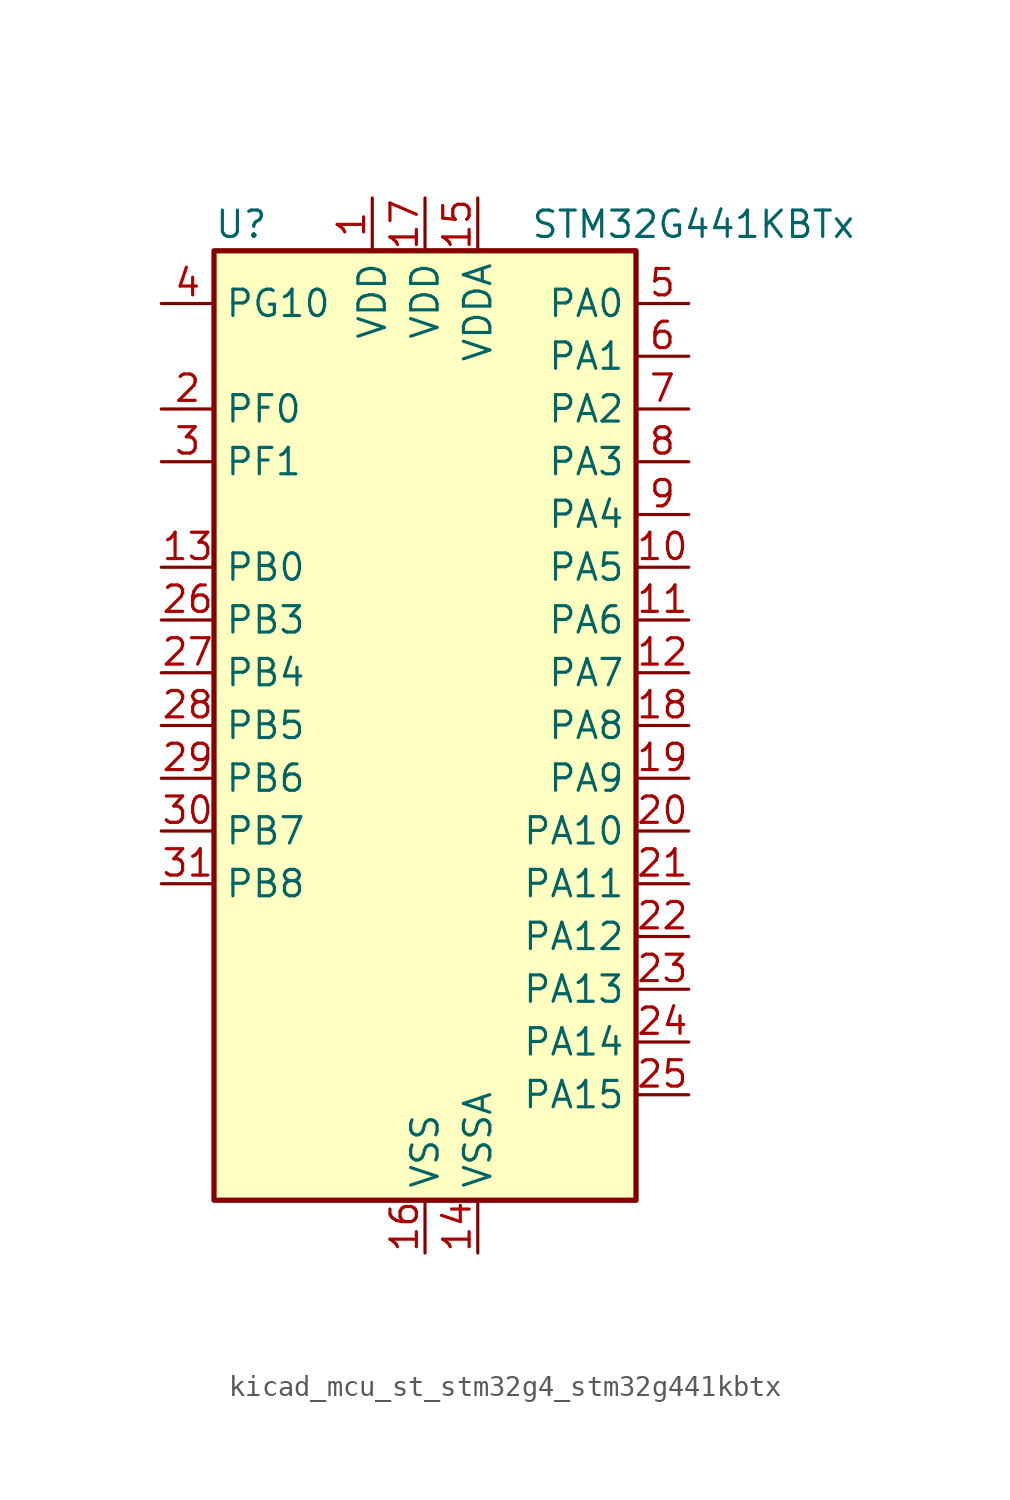
<source format=kicad_sym>
(kicad_symbol_lib
  (version 20220914)
  (generator kicad_symbol_editor)
  (symbol "kicad_mcu_st_stm32g4_stm32g441kbtx"
    (property "Reference" "U"
      (at -10.16 24.13 0)
      (effects (font (size 1.27 1.27)) (justify left)))
    (property "Value" "STM32G441KBTx"
      (at 5.08 24.13 0)
      (effects (font (size 1.27 1.27)) (justify left)))
    (property "ki_locked" ""
      (at 0 0 0)
      (effects (font (size 1.27 1.27))))
    (symbol "kicad_mcu_st_stm32g4_stm32g441kbtx_0_1"
      (rectangle (start -10.16 -22.86) (end 10.16 22.86) (stroke (width 0.254) (type default)) (fill (type background))))
    (symbol "kicad_mcu_st_stm32g4_stm32g441kbtx_1_1"
      (pin power_in line (at -2.54 25.4 270) (length 2.54) (name "VDD" (effects (font (size 1.27 1.27)))) (number "1" (effects (font (size 1.27 1.27)))))
      (pin bidirectional line (at 12.7 7.62 180) (length 2.54) (name "PA5" (effects (font (size 1.27 1.27)))) (number "10" (effects (font (size 1.27 1.27)))) (alternate "ADC2_IN13" bidirectional line) (alternate "COMP2_INM" bidirectional line) (alternate "DAC1_OUT2" bidirectional line) (alternate "OPAMP2_VINM" bidirectional line) (alternate "OPAMP2_VINM0" bidirectional line) (alternate "OPAMP2_VINM_SEC" bidirectional line) (alternate "SPI1_SCK" bidirectional line) (alternate "TIM2_CH1" bidirectional line) (alternate "TIM2_ETR" bidirectional line) (alternate "UCPD1_FRSTX1" bidirectional line) (alternate "UCPD1_FRSTX2" bidirectional line))
      (pin bidirectional line (at 12.7 5.08 180) (length 2.54) (name "PA6" (effects (font (size 1.27 1.27)))) (number "11" (effects (font (size 1.27 1.27)))) (alternate "ADC2_IN3" bidirectional line) (alternate "COMP1_OUT" bidirectional line) (alternate "LPUART1_CTS" bidirectional line) (alternate "OPAMP2_VOUT" bidirectional line) (alternate "SPI1_MISO" bidirectional line) (alternate "TIM16_CH1" bidirectional line) (alternate "TIM1_BKIN" bidirectional line) (alternate "TIM3_CH1" bidirectional line) (alternate "TIM8_BKIN" bidirectional line))
      (pin bidirectional line (at 12.7 2.54 180) (length 2.54) (name "PA7" (effects (font (size 1.27 1.27)))) (number "12" (effects (font (size 1.27 1.27)))) (alternate "ADC2_IN4" bidirectional line) (alternate "COMP2_INP" bidirectional line) (alternate "COMP2_OUT" bidirectional line) (alternate "OPAMP1_VINP" bidirectional line) (alternate "OPAMP1_VINP_SEC" bidirectional line) (alternate "OPAMP2_VINP" bidirectional line) (alternate "OPAMP2_VINP_SEC" bidirectional line) (alternate "SPI1_MOSI" bidirectional line) (alternate "TIM17_CH1" bidirectional line) (alternate "TIM1_CH1N" bidirectional line) (alternate "TIM3_CH2" bidirectional line) (alternate "TIM8_CH1N" bidirectional line) (alternate "UCPD1_FRSTX1" bidirectional line) (alternate "UCPD1_FRSTX2" bidirectional line))
      (pin bidirectional line (at -12.7 7.62 0) (length 2.54) (name "PB0" (effects (font (size 1.27 1.27)))) (number "13" (effects (font (size 1.27 1.27)))) (alternate "ADC1_IN15" bidirectional line) (alternate "COMP4_INP" bidirectional line) (alternate "OPAMP2_VINP" bidirectional line) (alternate "OPAMP2_VINP_SEC" bidirectional line) (alternate "OPAMP3_VINP" bidirectional line) (alternate "OPAMP3_VINP_SEC" bidirectional line) (alternate "TIM1_CH2N" bidirectional line) (alternate "TIM3_CH3" bidirectional line) (alternate "TIM8_CH2N" bidirectional line) (alternate "UCPD1_FRSTX1" bidirectional line) (alternate "UCPD1_FRSTX2" bidirectional line))
      (pin power_in line (at 2.54 -25.4 90) (length 2.54) (name "VSSA" (effects (font (size 1.27 1.27)))) (number "14" (effects (font (size 1.27 1.27)))))
      (pin power_in line (at 2.54 25.4 270) (length 2.54) (name "VDDA" (effects (font (size 1.27 1.27)))) (number "15" (effects (font (size 1.27 1.27)))))
      (pin power_in line (at 0 -25.4 90) (length 2.54) (name "VSS" (effects (font (size 1.27 1.27)))) (number "16" (effects (font (size 1.27 1.27)))))
      (pin power_in line (at 0 25.4 270) (length 2.54) (name "VDD" (effects (font (size 1.27 1.27)))) (number "17" (effects (font (size 1.27 1.27)))))
      (pin bidirectional line (at 12.7 0 180) (length 2.54) (name "PA8" (effects (font (size 1.27 1.27)))) (number "18" (effects (font (size 1.27 1.27)))) (alternate "I2C2_SDA" bidirectional line) (alternate "I2C3_SCL" bidirectional line) (alternate "I2S2_MCK" bidirectional line) (alternate "RCC_MCO" bidirectional line) (alternate "SAI1_CK2" bidirectional line) (alternate "SAI1_SCK_A" bidirectional line) (alternate "TIM1_CH1" bidirectional line) (alternate "TIM4_ETR" bidirectional line) (alternate "USART1_CK" bidirectional line))
      (pin bidirectional line (at 12.7 -2.54 180) (length 2.54) (name "PA9" (effects (font (size 1.27 1.27)))) (number "19" (effects (font (size 1.27 1.27)))) (alternate "DAC1_EXTI9" bidirectional line) (alternate "DAC3_EXTI9" bidirectional line) (alternate "I2C2_SCL" bidirectional line) (alternate "I2C3_SMBA" bidirectional line) (alternate "I2S3_MCK" bidirectional line) (alternate "SAI1_FS_A" bidirectional line) (alternate "TIM15_BKIN" bidirectional line) (alternate "TIM1_CH2" bidirectional line) (alternate "TIM2_CH3" bidirectional line) (alternate "UCPD1_DBCC1" bidirectional line) (alternate "USART1_TX" bidirectional line))
      (pin bidirectional line (at -12.7 15.24 0) (length 2.54) (name "PF0" (effects (font (size 1.27 1.27)))) (number "2" (effects (font (size 1.27 1.27)))) (alternate "ADC1_IN10" bidirectional line) (alternate "I2C2_SDA" bidirectional line) (alternate "I2S2_WS" bidirectional line) (alternate "RCC_OSC_IN" bidirectional line) (alternate "SPI2_NSS" bidirectional line) (alternate "TIM1_CH3N" bidirectional line))
      (pin bidirectional line (at 12.7 -5.08 180) (length 2.54) (name "PA10" (effects (font (size 1.27 1.27)))) (number "20" (effects (font (size 1.27 1.27)))) (alternate "CRS_SYNC" bidirectional line) (alternate "DAC1_EXTI10" bidirectional line) (alternate "DAC3_EXTI10" bidirectional line) (alternate "I2C2_SMBA" bidirectional line) (alternate "SAI1_D1" bidirectional line) (alternate "SAI1_SD_A" bidirectional line) (alternate "SPI2_MISO" bidirectional line) (alternate "TIM17_BKIN" bidirectional line) (alternate "TIM1_CH3" bidirectional line) (alternate "TIM2_CH4" bidirectional line) (alternate "TIM8_BKIN" bidirectional line) (alternate "UCPD1_DBCC2" bidirectional line) (alternate "USART1_RX" bidirectional line))
      (pin bidirectional line (at 12.7 -7.62 180) (length 2.54) (name "PA11" (effects (font (size 1.27 1.27)))) (number "21" (effects (font (size 1.27 1.27)))) (alternate "ADC1_EXTI11" bidirectional line) (alternate "ADC2_EXTI11" bidirectional line) (alternate "COMP1_OUT" bidirectional line) (alternate "FDCAN1_RX" bidirectional line) (alternate "I2S2_SD" bidirectional line) (alternate "SPI2_MOSI" bidirectional line) (alternate "TIM1_BKIN2" bidirectional line) (alternate "TIM1_CH1N" bidirectional line) (alternate "TIM1_CH4" bidirectional line) (alternate "TIM4_CH1" bidirectional line) (alternate "USART1_CTS" bidirectional line) (alternate "USART1_NSS" bidirectional line) (alternate "USB_DM" bidirectional line))
      (pin bidirectional line (at 12.7 -10.16 180) (length 2.54) (name "PA12" (effects (font (size 1.27 1.27)))) (number "22" (effects (font (size 1.27 1.27)))) (alternate "COMP2_OUT" bidirectional line) (alternate "FDCAN1_TX" bidirectional line) (alternate "I2S_CKIN" bidirectional line) (alternate "TIM16_CH1" bidirectional line) (alternate "TIM1_CH2N" bidirectional line) (alternate "TIM1_ETR" bidirectional line) (alternate "TIM4_CH2" bidirectional line) (alternate "USART1_DE" bidirectional line) (alternate "USART1_RTS" bidirectional line) (alternate "USB_DP" bidirectional line))
      (pin bidirectional line (at 12.7 -12.7 180) (length 2.54) (name "PA13" (effects (font (size 1.27 1.27)))) (number "23" (effects (font (size 1.27 1.27)))) (alternate "I2C1_SCL" bidirectional line) (alternate "IR_OUT" bidirectional line) (alternate "SAI1_SD_B" bidirectional line) (alternate "SYS_JTMS-SWDIO" bidirectional line) (alternate "TIM16_CH1N" bidirectional line) (alternate "TIM4_CH3" bidirectional line))
      (pin bidirectional line (at 12.7 -15.24 180) (length 2.54) (name "PA14" (effects (font (size 1.27 1.27)))) (number "24" (effects (font (size 1.27 1.27)))) (alternate "I2C1_SDA" bidirectional line) (alternate "LPTIM1_OUT" bidirectional line) (alternate "SAI1_FS_B" bidirectional line) (alternate "SYS_JTCK-SWCLK" bidirectional line) (alternate "TIM1_BKIN" bidirectional line) (alternate "TIM8_CH2" bidirectional line) (alternate "USART2_TX" bidirectional line))
      (pin bidirectional line (at 12.7 -17.78 180) (length 2.54) (name "PA15" (effects (font (size 1.27 1.27)))) (number "25" (effects (font (size 1.27 1.27)))) (alternate "ADC1_EXTI15" bidirectional line) (alternate "ADC2_EXTI15" bidirectional line) (alternate "I2C1_SCL" bidirectional line) (alternate "I2S3_WS" bidirectional line) (alternate "SPI1_NSS" bidirectional line) (alternate "SPI3_NSS" bidirectional line) (alternate "SYS_JTDI" bidirectional line) (alternate "TIM1_BKIN" bidirectional line) (alternate "TIM2_CH1" bidirectional line) (alternate "TIM2_ETR" bidirectional line) (alternate "TIM8_CH1" bidirectional line) (alternate "USART2_RX" bidirectional line))
      (pin bidirectional line (at -12.7 5.08 0) (length 2.54) (name "PB3" (effects (font (size 1.27 1.27)))) (number "26" (effects (font (size 1.27 1.27)))) (alternate "CRS_SYNC" bidirectional line) (alternate "I2S3_CK" bidirectional line) (alternate "SAI1_SCK_B" bidirectional line) (alternate "SPI1_SCK" bidirectional line) (alternate "SPI3_SCK" bidirectional line) (alternate "SYS_JTDO-SWO" bidirectional line) (alternate "TIM2_CH2" bidirectional line) (alternate "TIM3_ETR" bidirectional line) (alternate "TIM4_ETR" bidirectional line) (alternate "TIM8_CH1N" bidirectional line) (alternate "USART2_TX" bidirectional line))
      (pin bidirectional line (at -12.7 2.54 0) (length 2.54) (name "PB4" (effects (font (size 1.27 1.27)))) (number "27" (effects (font (size 1.27 1.27)))) (alternate "SAI1_MCLK_B" bidirectional line) (alternate "SPI1_MISO" bidirectional line) (alternate "SPI3_MISO" bidirectional line) (alternate "SYS_JTRST" bidirectional line) (alternate "TIM16_CH1" bidirectional line) (alternate "TIM17_BKIN" bidirectional line) (alternate "TIM3_CH1" bidirectional line) (alternate "TIM8_CH2N" bidirectional line) (alternate "UCPD1_CC2" bidirectional line) (alternate "USART2_RX" bidirectional line))
      (pin bidirectional line (at -12.7 0 0) (length 2.54) (name "PB5" (effects (font (size 1.27 1.27)))) (number "28" (effects (font (size 1.27 1.27)))) (alternate "I2C1_SMBA" bidirectional line) (alternate "I2C3_SDA" bidirectional line) (alternate "I2S3_SD" bidirectional line) (alternate "LPTIM1_IN1" bidirectional line) (alternate "SAI1_SD_B" bidirectional line) (alternate "SPI1_MOSI" bidirectional line) (alternate "SPI3_MOSI" bidirectional line) (alternate "TIM16_BKIN" bidirectional line) (alternate "TIM17_CH1" bidirectional line) (alternate "TIM3_CH2" bidirectional line) (alternate "TIM8_CH3N" bidirectional line) (alternate "USART2_CK" bidirectional line))
      (pin bidirectional line (at -12.7 -2.54 0) (length 2.54) (name "PB6" (effects (font (size 1.27 1.27)))) (number "29" (effects (font (size 1.27 1.27)))) (alternate "COMP4_OUT" bidirectional line) (alternate "LPTIM1_ETR" bidirectional line) (alternate "SAI1_FS_B" bidirectional line) (alternate "TIM16_CH1N" bidirectional line) (alternate "TIM4_CH1" bidirectional line) (alternate "TIM8_BKIN2" bidirectional line) (alternate "TIM8_CH1" bidirectional line) (alternate "TIM8_ETR" bidirectional line) (alternate "UCPD1_CC1" bidirectional line) (alternate "USART1_TX" bidirectional line))
      (pin bidirectional line (at -12.7 12.7 0) (length 2.54) (name "PF1" (effects (font (size 1.27 1.27)))) (number "3" (effects (font (size 1.27 1.27)))) (alternate "ADC2_IN10" bidirectional line) (alternate "COMP3_INM" bidirectional line) (alternate "I2S2_CK" bidirectional line) (alternate "RCC_OSC_OUT" bidirectional line) (alternate "SPI2_SCK" bidirectional line))
      (pin bidirectional line (at -12.7 -5.08 0) (length 2.54) (name "PB7" (effects (font (size 1.27 1.27)))) (number "30" (effects (font (size 1.27 1.27)))) (alternate "COMP3_OUT" bidirectional line) (alternate "I2C1_SDA" bidirectional line) (alternate "LPTIM1_IN2" bidirectional line) (alternate "SYS_PVD_IN" bidirectional line) (alternate "TIM17_CH1N" bidirectional line) (alternate "TIM3_CH4" bidirectional line) (alternate "TIM4_CH2" bidirectional line) (alternate "TIM8_BKIN" bidirectional line) (alternate "USART1_RX" bidirectional line))
      (pin bidirectional line (at -12.7 -7.62 0) (length 2.54) (name "PB8" (effects (font (size 1.27 1.27)))) (number "31" (effects (font (size 1.27 1.27)))) (alternate "COMP1_OUT" bidirectional line) (alternate "FDCAN1_RX" bidirectional line) (alternate "I2C1_SCL" bidirectional line) (alternate "SAI1_CK1" bidirectional line) (alternate "SAI1_MCLK_A" bidirectional line) (alternate "TIM16_CH1" bidirectional line) (alternate "TIM1_BKIN" bidirectional line) (alternate "TIM4_CH3" bidirectional line) (alternate "TIM8_CH2" bidirectional line))
      (pin passive line (at 0 -25.4 90) (length 2.54) hide (name "VSS" (effects (font (size 1.27 1.27)))) (number "32" (effects (font (size 1.27 1.27)))))
      (pin bidirectional line (at -12.7 20.32 0) (length 2.54) (name "PG10" (effects (font (size 1.27 1.27)))) (number "4" (effects (font (size 1.27 1.27)))) (alternate "DAC1_EXTI10" bidirectional line) (alternate "DAC3_EXTI10" bidirectional line) (alternate "RCC_MCO" bidirectional line))
      (pin bidirectional line (at 12.7 20.32 180) (length 2.54) (name "PA0" (effects (font (size 1.27 1.27)))) (number "5" (effects (font (size 1.27 1.27)))) (alternate "ADC1_IN1" bidirectional line) (alternate "ADC2_IN1" bidirectional line) (alternate "COMP1_INM" bidirectional line) (alternate "COMP1_OUT" bidirectional line) (alternate "COMP3_INP" bidirectional line) (alternate "RTC_TAMP2" bidirectional line) (alternate "SYS_WKUP1" bidirectional line) (alternate "TIM2_CH1" bidirectional line) (alternate "TIM2_ETR" bidirectional line) (alternate "TIM8_BKIN" bidirectional line) (alternate "TIM8_ETR" bidirectional line) (alternate "USART2_CTS" bidirectional line) (alternate "USART2_NSS" bidirectional line))
      (pin bidirectional line (at 12.7 17.78 180) (length 2.54) (name "PA1" (effects (font (size 1.27 1.27)))) (number "6" (effects (font (size 1.27 1.27)))) (alternate "ADC1_IN2" bidirectional line) (alternate "ADC2_IN2" bidirectional line) (alternate "COMP1_INP" bidirectional line) (alternate "OPAMP1_VINP" bidirectional line) (alternate "OPAMP1_VINP_SEC" bidirectional line) (alternate "OPAMP3_VINP" bidirectional line) (alternate "OPAMP3_VINP_SEC" bidirectional line) (alternate "RTC_REFIN" bidirectional line) (alternate "TIM15_CH1N" bidirectional line) (alternate "TIM2_CH2" bidirectional line) (alternate "USART2_DE" bidirectional line) (alternate "USART2_RTS" bidirectional line))
      (pin bidirectional line (at 12.7 15.24 180) (length 2.54) (name "PA2" (effects (font (size 1.27 1.27)))) (number "7" (effects (font (size 1.27 1.27)))) (alternate "ADC1_IN3" bidirectional line) (alternate "COMP2_INM" bidirectional line) (alternate "COMP2_OUT" bidirectional line) (alternate "LPUART1_TX" bidirectional line) (alternate "OPAMP1_VOUT" bidirectional line) (alternate "RCC_LSCO" bidirectional line) (alternate "SYS_WKUP4" bidirectional line) (alternate "TIM15_CH1" bidirectional line) (alternate "TIM2_CH3" bidirectional line) (alternate "UCPD1_FRSTX1" bidirectional line) (alternate "UCPD1_FRSTX2" bidirectional line) (alternate "USART2_TX" bidirectional line))
      (pin bidirectional line (at 12.7 12.7 180) (length 2.54) (name "PA3" (effects (font (size 1.27 1.27)))) (number "8" (effects (font (size 1.27 1.27)))) (alternate "ADC1_IN4" bidirectional line) (alternate "COMP2_INP" bidirectional line) (alternate "LPUART1_RX" bidirectional line) (alternate "OPAMP1_VINM" bidirectional line) (alternate "OPAMP1_VINM0" bidirectional line) (alternate "OPAMP1_VINM_SEC" bidirectional line) (alternate "OPAMP1_VINP" bidirectional line) (alternate "OPAMP1_VINP_SEC" bidirectional line) (alternate "SAI1_CK1" bidirectional line) (alternate "SAI1_MCLK_A" bidirectional line) (alternate "TIM15_CH2" bidirectional line) (alternate "TIM2_CH4" bidirectional line) (alternate "USART2_RX" bidirectional line))
      (pin bidirectional line (at 12.7 10.16 180) (length 2.54) (name "PA4" (effects (font (size 1.27 1.27)))) (number "9" (effects (font (size 1.27 1.27)))) (alternate "ADC2_IN17" bidirectional line) (alternate "COMP1_INM" bidirectional line) (alternate "DAC1_OUT1" bidirectional line) (alternate "I2S3_WS" bidirectional line) (alternate "SAI1_FS_B" bidirectional line) (alternate "SPI1_NSS" bidirectional line) (alternate "SPI3_NSS" bidirectional line) (alternate "TIM3_CH2" bidirectional line) (alternate "USART2_CK" bidirectional line)))))
</source>
